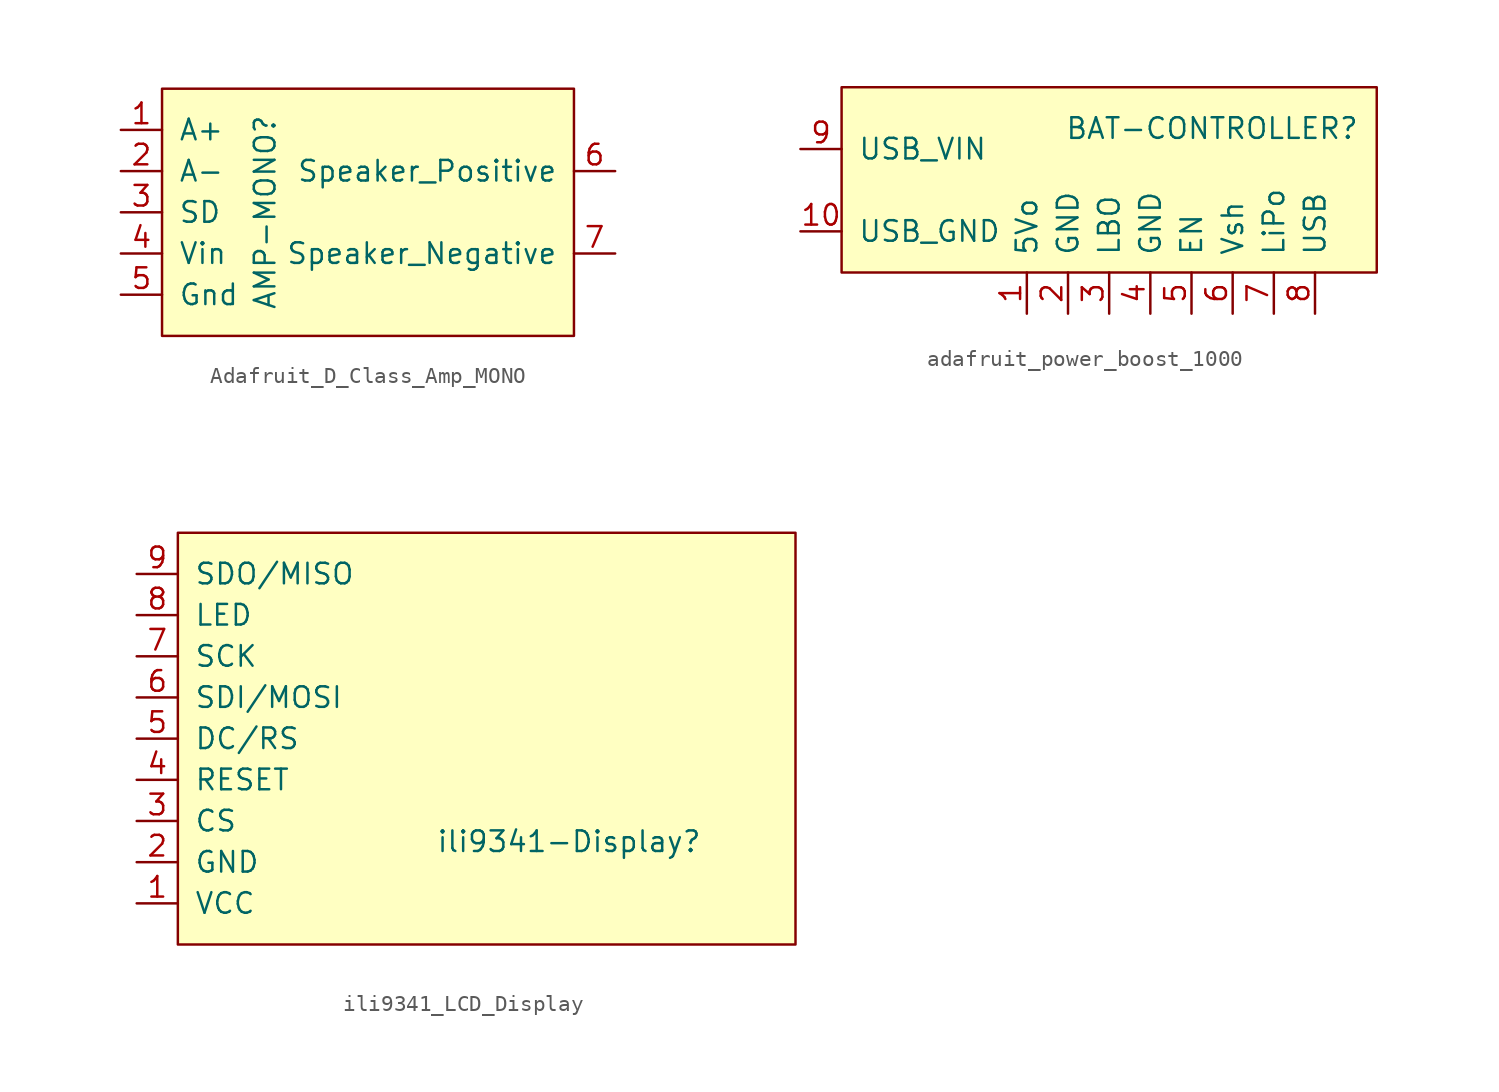
<source format=kicad_sym>
(kicad_symbol_lib
  (version 20220914)
  (generator kicad_symbol_editor)
  (symbol "Adafruit_D_Class_Amp_MONO"
    (pin_names
      (offset 1))
    (property "Reference" "AMP-MONO"
      (at 0 0 90)
      (effects (font (size 1.27 1.27))))
    (property "Value" ""
      (at 0 0 90)
      (effects (font (size 1.27 1.27))))
    (symbol "Adafruit_D_Class_Amp_MONO_1_1"
      (rectangle (start -6.35 7.62) (end 19.05 -7.62) (stroke (width 0) (type default)) (fill (type background)))
      (pin input line (at -8.89 5.08 0) (length 2.54) (name "A+" (effects (font (size 1.27 1.27)))) (number "1" (effects (font (size 1.27 1.27)))))
      (pin input line (at -8.89 2.54 0) (length 2.54) (name "A-" (effects (font (size 1.27 1.27)))) (number "2" (effects (font (size 1.27 1.27)))))
      (pin input line (at -8.89 0 0) (length 2.54) (name "SD" (effects (font (size 1.27 1.27)))) (number "3" (effects (font (size 1.27 1.27)))))
      (pin input line (at -8.89 -2.54 0) (length 2.54) (name "Vin" (effects (font (size 1.27 1.27)))) (number "4" (effects (font (size 1.27 1.27)))))
      (pin bidirectional line (at -8.89 -5.08 0) (length 2.54) (name "Gnd" (effects (font (size 1.27 1.27)))) (number "5" (effects (font (size 1.27 1.27)))))
      (pin output line (at 21.59 2.54 180) (length 2.54) (name "Speaker_Positive" (effects (font (size 1.27 1.27)))) (number "6" (effects (font (size 1.27 1.27)))))
      (pin output line (at 21.59 -2.54 180) (length 2.54) (name "Speaker_Negative" (effects (font (size 1.27 1.27)))) (number "7" (effects (font (size 1.27 1.27)))))))
  (symbol "adafruit_power_boost_1000"
    (pin_names
      (offset 1))
    (property "Reference" "BAT-CONTROLLER"
      (at 6.35 3.81 0)
      (effects (font (size 1.27 1.27))))
    (property "Value" ""
      (at 3.81 1.27 0)
      (effects (font (size 1.27 1.27))))
    (symbol "adafruit_power_boost_1000_1_1"
      (rectangle (start -16.51 6.35) (end 16.51 -5.08) (stroke (width 0) (type default)) (fill (type background)))
      (pin power_out line (at -5.08 -7.62 90) (length 2.54) (name "5Vo" (effects (font (size 1.27 1.27)))) (number "1" (effects (font (size 1.27 1.27)))))
      (pin bidirectional line (at -19.05 -2.54 0) (length 2.54) (name "USB_GND" (effects (font (size 1.27 1.27)))) (number "10" (effects (font (size 1.27 1.27)))))
      (pin bidirectional line (at -2.54 -7.62 90) (length 2.54) (name "GND" (effects (font (size 1.27 1.27)))) (number "2" (effects (font (size 1.27 1.27)))))
      (pin output line (at 0 -7.62 90) (length 2.54) (name "LBO" (effects (font (size 1.27 1.27)))) (number "3" (effects (font (size 1.27 1.27)))))
      (pin bidirectional line (at 2.54 -7.62 90) (length 2.54) (name "GND" (effects (font (size 1.27 1.27)))) (number "4" (effects (font (size 1.27 1.27)))))
      (pin output line (at 5.08 -7.62 90) (length 2.54) (name "EN" (effects (font (size 1.27 1.27)))) (number "5" (effects (font (size 1.27 1.27)))))
      (pin output line (at 7.62 -7.62 90) (length 2.54) (name "Vsh" (effects (font (size 1.27 1.27)))) (number "6" (effects (font (size 1.27 1.27)))))
      (pin bidirectional line (at 10.16 -7.62 90) (length 2.54) (name "LiPo" (effects (font (size 1.27 1.27)))) (number "7" (effects (font (size 1.27 1.27)))))
      (pin power_out line (at 12.7 -7.62 90) (length 2.54) (name "USB" (effects (font (size 1.27 1.27)))) (number "8" (effects (font (size 1.27 1.27)))))
      (pin power_out line (at -19.05 2.54 0) (length 2.54) (name "USB_VIN" (effects (font (size 1.27 1.27)))) (number "9" (effects (font (size 1.27 1.27)))))))
  (symbol "ili9341_LCD_Display"
    (pin_names
      (offset 1))
    (property "Reference" "ili9341-Display"
      (at 21.59 -20.32 0)
      (effects (font (size 1.27 1.27))))
    (property "Value" ""
      (at 0 0 0)
      (effects (font (size 1.27 1.27))))
    (symbol "ili9341_LCD_Display_1_1"
      (rectangle (start -2.54 -1.27) (end 35.56 -26.67) (stroke (width 0) (type default)) (fill (type background)))
      (pin power_in line (at -5.08 -24.13 0) (length 2.54) (name "VCC" (effects (font (size 1.27 1.27)))) (number "1" (effects (font (size 1.27 1.27)))))
      (pin input line (at -5.08 -21.59 0) (length 2.54) (name "GND" (effects (font (size 1.27 1.27)))) (number "2" (effects (font (size 1.27 1.27)))))
      (pin input line (at -5.08 -19.05 0) (length 2.54) (name "CS" (effects (font (size 1.27 1.27)))) (number "3" (effects (font (size 1.27 1.27)))))
      (pin input line (at -5.08 -16.51 0) (length 2.54) (name "RESET" (effects (font (size 1.27 1.27)))) (number "4" (effects (font (size 1.27 1.27)))))
      (pin input line (at -5.08 -13.97 0) (length 2.54) (name "DC/RS" (effects (font (size 1.27 1.27)))) (number "5" (effects (font (size 1.27 1.27)))))
      (pin input line (at -5.08 -11.43 0) (length 2.54) (name "SDI/MOSI" (effects (font (size 1.27 1.27)))) (number "6" (effects (font (size 1.27 1.27)))))
      (pin input line (at -5.08 -8.89 0) (length 2.54) (name "SCK" (effects (font (size 1.27 1.27)))) (number "7" (effects (font (size 1.27 1.27)))))
      (pin power_in line (at -5.08 -6.35 0) (length 2.54) (name "LED" (effects (font (size 1.27 1.27)))) (number "8" (effects (font (size 1.27 1.27)))))
      (pin input line (at -5.08 -3.81 0) (length 2.54) (name "SDO/MISO" (effects (font (size 1.27 1.27)))) (number "9" (effects (font (size 1.27 1.27))))))))
</source>
